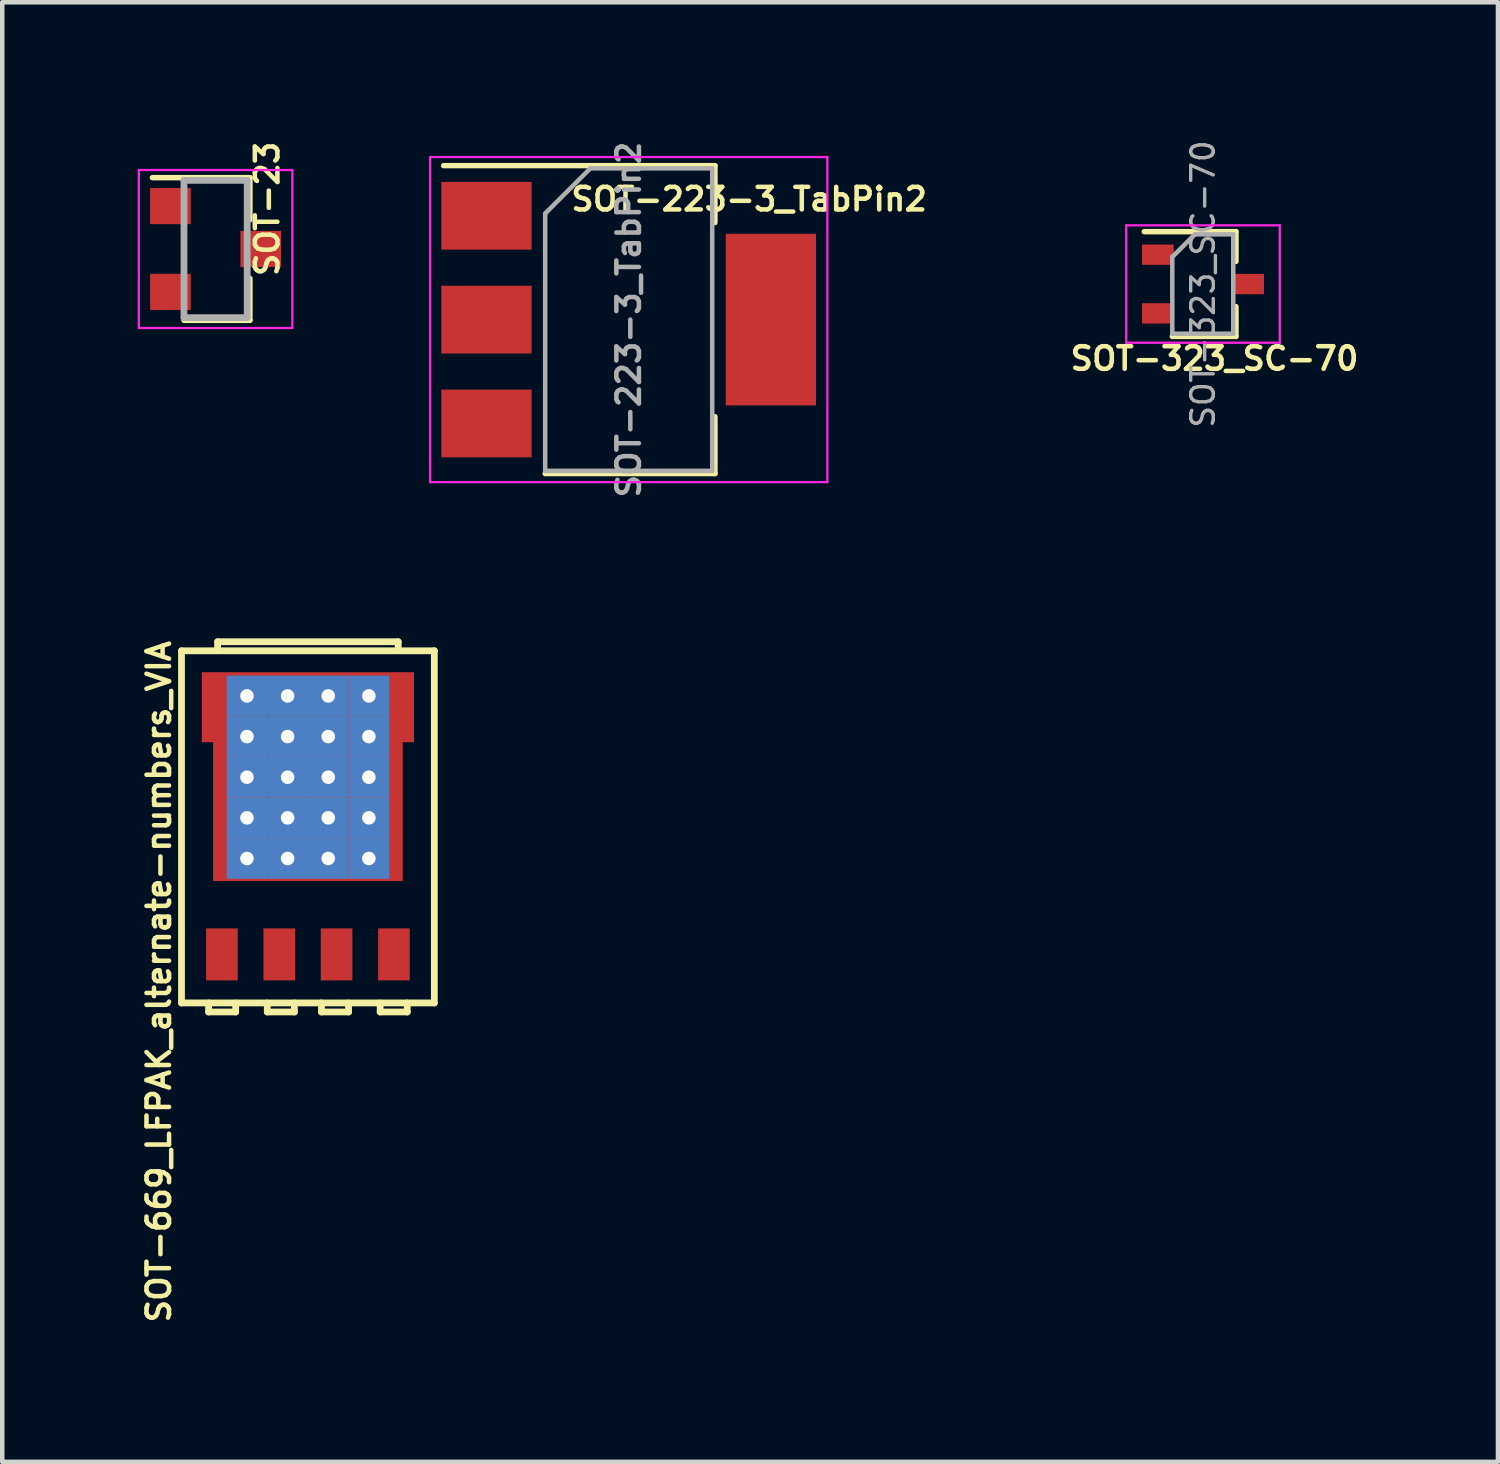
<source format=kicad_pcb>
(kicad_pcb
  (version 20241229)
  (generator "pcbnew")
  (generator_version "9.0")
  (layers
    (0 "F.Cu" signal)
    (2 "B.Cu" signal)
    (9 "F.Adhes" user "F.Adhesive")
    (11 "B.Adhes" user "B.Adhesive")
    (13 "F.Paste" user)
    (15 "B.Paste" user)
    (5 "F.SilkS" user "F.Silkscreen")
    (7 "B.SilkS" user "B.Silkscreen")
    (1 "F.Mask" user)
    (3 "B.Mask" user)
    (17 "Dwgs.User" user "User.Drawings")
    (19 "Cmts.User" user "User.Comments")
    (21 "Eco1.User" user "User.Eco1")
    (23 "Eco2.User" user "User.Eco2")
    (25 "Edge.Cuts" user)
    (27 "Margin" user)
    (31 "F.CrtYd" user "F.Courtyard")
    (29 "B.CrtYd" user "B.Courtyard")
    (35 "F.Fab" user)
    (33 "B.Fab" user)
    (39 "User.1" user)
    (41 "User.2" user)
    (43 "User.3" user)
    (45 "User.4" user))
  (footprint "SOT-669_LFPAK_alternate-numbers_VIA"
    (layer "F.Cu")
    (at 3.77 15.264)
    (property "Reference" "SOT-669_LFPAK_alternate-numbers_VIA" (at -3.302 3.429 90) (layer "F.SilkS") (effects (font (size 0.5 0.5) (thickness 0.1))))
    (attr smd)
    (fp_line (start -2.8 -3.9) (end 2.8 -3.9) (stroke (width 0.15) (type solid)) (layer "F.SilkS"))
    (fp_line (start -2.8 3.9) (end -2.8 -3.9) (stroke (width 0.15) (type solid)) (layer "F.SilkS"))
    (fp_line (start -2.2 3.9) (end -2.2 4.1) (stroke (width 0.15) (type solid)) (layer "F.SilkS"))
    (fp_line (start -2.2 4.1) (end -1.6 4.1) (stroke (width 0.15) (type solid)) (layer "F.SilkS"))
    (fp_line (start -2 -4.1) (end 2 -4.1) (stroke (width 0.15) (type solid)) (layer "F.SilkS"))
    (fp_line (start -2 -3.9) (end -2 -4.1) (stroke (width 0.15) (type solid)) (layer "F.SilkS"))
    (fp_line (start -1.6 4.1) (end -1.6 3.9) (stroke (width 0.15) (type solid)) (layer "F.SilkS"))
    (fp_line (start -0.9 3.9) (end -0.9 4.1) (stroke (width 0.15) (type solid)) (layer "F.SilkS"))
    (fp_line (start -0.9 4.1) (end -0.3 4.1) (stroke (width 0.15) (type solid)) (layer "F.SilkS"))
    (fp_line (start -0.3 4.1) (end -0.3 3.9) (stroke (width 0.15) (type solid)) (layer "F.SilkS"))
    (fp_line (start 0.3 3.9) (end 0.3 4.1) (stroke (width 0.15) (type solid)) (layer "F.SilkS"))
    (fp_line (start 0.3 4.1) (end 0.9 4.1) (stroke (width 0.15) (type solid)) (layer "F.SilkS"))
    (fp_line (start 0.9 4.1) (end 0.9 3.9) (stroke (width 0.15) (type solid)) (layer "F.SilkS"))
    (fp_line (start 1.6 3.9) (end 1.6 4.1) (stroke (width 0.15) (type solid)) (layer "F.SilkS"))
    (fp_line (start 1.6 4.1) (end 2.2 4.1) (stroke (width 0.15) (type solid)) (layer "F.SilkS"))
    (fp_line (start 2 -4.1) (end 2 -3.9) (stroke (width 0.15) (type solid)) (layer "F.SilkS"))
    (fp_line (start 2.2 4.1) (end 2.2 3.9) (stroke (width 0.15) (type solid)) (layer "F.SilkS"))
    (fp_line (start 2.8 -3.9) (end 2.8 3.9) (stroke (width 0.15) (type solid)) (layer "F.SilkS"))
    (fp_line (start 2.8 3.9) (end -2.8 3.9) (stroke (width 0.15) (type solid)) (layer "F.SilkS"))
    (pad "1" smd rect (at 1.905 2.825) (size 0.7 1.15) (layers "F.Cu" "F.Mask" "F.Paste"))
    (pad "2" smd rect (at -1.905 2.825) (size 0.7 1.15) (layers "F.Cu" "F.Mask" "F.Paste"))
    (pad "2" smd rect (at -0.635 2.825) (size 0.7 1.15) (layers "F.Cu" "F.Mask" "F.Paste"))
    (pad "2" smd rect (at 0.635 2.825) (size 0.7 1.15) (layers "F.Cu" "F.Mask" "F.Paste"))
    (pad "3" thru_hole rect (at -1.35 -2.9) (size 0.9 0.9) (drill 0.3) (layers "*.Cu" "F.Mask"))
    (pad "3" thru_hole rect (at -1.35 -2) (size 0.9 0.9) (drill 0.3) (layers "*.Cu" "F.Mask"))
    (pad "3" thru_hole rect (at -1.35 -1.1) (size 0.9 0.9) (drill 0.3) (layers "*.Cu" "F.Mask"))
    (pad "3" thru_hole rect (at -1.35 -0.2) (size 0.9 0.9) (drill 0.3) (layers "*.Cu" "F.Mask"))
    (pad "3" thru_hole rect (at -1.35 0.7) (size 0.9 0.9) (drill 0.3) (layers "*.Cu" "F.Mask"))
    (pad "3" thru_hole rect (at -0.45 -2.9) (size 0.9 0.9) (drill 0.3) (layers "*.Cu" "F.Mask"))
    (pad "3" thru_hole rect (at -0.45 -2) (size 0.9 0.9) (drill 0.3) (layers "*.Cu" "F.Mask"))
    (pad "3" thru_hole rect (at -0.45 -1.1) (size 0.9 0.9) (drill 0.3) (layers "*.Cu" "F.Mask"))
    (pad "3" thru_hole rect (at -0.45 -0.2) (size 0.9 0.9) (drill 0.3) (layers "*.Cu" "F.Mask"))
    (pad "3" thru_hole rect (at -0.45 0.7) (size 0.9 0.9) (drill 0.3) (layers "*.Cu" "F.Mask"))
    (pad "3" smd rect (at 0 -2.65) (size 4.7 1.55) (layers "F.Cu" "F.Mask" "F.Paste"))
    (pad "3" smd rect (at 0 -0.45) (size 4.2 3.3) (layers "F.Cu" "F.Mask" "F.Paste"))
    (pad "3" thru_hole rect (at 0.45 -2.9) (size 0.9 0.9) (drill 0.3) (layers "*.Cu" "F.Mask"))
    (pad "3" thru_hole rect (at 0.45 -2) (size 0.9 0.9) (drill 0.3) (layers "*.Cu" "F.Mask"))
    (pad "3" thru_hole rect (at 0.45 -1.1) (size 0.9 0.9) (drill 0.3) (layers "*.Cu" "F.Mask"))
    (pad "3" thru_hole rect (at 0.45 -0.2) (size 0.9 0.9) (drill 0.3) (layers "*.Cu" "F.Mask"))
    (pad "3" thru_hole rect (at 0.45 0.7) (size 0.9 0.9) (drill 0.3) (layers "*.Cu" "F.Mask"))
    (pad "3" thru_hole rect (at 1.35 -2.9) (size 0.9 0.9) (drill 0.3) (layers "*.Cu" "F.Mask"))
    (pad "3" thru_hole rect (at 1.35 -2) (size 0.9 0.9) (drill 0.3) (layers "*.Cu" "F.Mask"))
    (pad "3" thru_hole rect (at 1.35 -1.1) (size 0.9 0.9) (drill 0.3) (layers "*.Cu" "F.Mask"))
    (pad "3" thru_hole rect (at 1.35 -0.2) (size 0.9 0.9) (drill 0.3) (layers "*.Cu" "F.Mask"))
    (pad "3" thru_hole rect (at 1.35 0.7) (size 0.9 0.9) (drill 0.3) (layers "*.Cu" "F.Mask")))
  (footprint "SOT-323_SC-70"
    (layer "F.Cu")
    (at 23.595 3.241)
    (property "Reference" "SOT-323_SC-70" (at 0.254 1.651 0) (layer "F.SilkS") (effects (font (size 0.5 0.5) (thickness 0.1))))
    (attr smd)
    (fp_line (start -0.68 1.16) (end 0.73 1.16) (stroke (width 0.12) (type solid)) (layer "F.SilkS"))
    (fp_line (start 0.73 -1.16) (end -1.3 -1.16) (stroke (width 0.12) (type solid)) (layer "F.SilkS"))
    (fp_line (start 0.73 -1.16) (end 0.73 -0.5) (stroke (width 0.12) (type solid)) (layer "F.SilkS"))
    (fp_line (start 0.73 0.5) (end 0.73 1.16) (stroke (width 0.12) (type solid)) (layer "F.SilkS"))
    (fp_line (start -1.7 -1.3) (end 1.7 -1.3) (stroke (width 0.05) (type solid)) (layer "F.CrtYd"))
    (fp_line (start -1.7 1.3) (end -1.7 -1.3) (stroke (width 0.05) (type solid)) (layer "F.CrtYd"))
    (fp_line (start 1.7 -1.3) (end 1.7 1.3) (stroke (width 0.05) (type solid)) (layer "F.CrtYd"))
    (fp_line (start 1.7 1.3) (end -1.7 1.3) (stroke (width 0.05) (type solid)) (layer "F.CrtYd"))
    (fp_line (start -0.68 -0.6) (end -0.68 1.1) (stroke (width 0.1) (type solid)) (layer "F.Fab"))
    (fp_line (start -0.18 -1.1) (end -0.68 -0.6) (stroke (width 0.1) (type solid)) (layer "F.Fab"))
    (fp_line (start 0.67 -1.1) (end -0.18 -1.1) (stroke (width 0.1) (type solid)) (layer "F.Fab"))
    (fp_line (start 0.67 -1.1) (end 0.67 1.1) (stroke (width 0.1) (type solid)) (layer "F.Fab"))
    (fp_line (start 0.67 1.1) (end -0.68 1.1) (stroke (width 0.1) (type solid)) (layer "F.Fab"))
    (fp_text user "${REFERENCE}" (at 0 0 90) (layer "F.Fab") (effects (font (size 0.5 0.5) (thickness 0.075))))
    (pad "1" smd rect (at -1 -0.65 270) (size 0.45 0.7) (layers "F.Cu" "F.Mask" "F.Paste"))
    (pad "2" smd rect (at -1 0.65 270) (size 0.45 0.7) (layers "F.Cu" "F.Mask" "F.Paste"))
    (pad "3" smd rect (at 1 0 270) (size 0.45 0.7) (layers "F.Cu" "F.Mask" "F.Paste")))
  (footprint "SOT-23"
    (layer "F.Cu")
    (at 1.725 2.465)
    (property "Reference" "SOT-23" (at 1.143 -0.889 90) (layer "F.SilkS") (effects (font (size 0.5 0.5) (thickness 0.1))))
    (attr smd)
    (fp_line (start 0.76 -1.58) (end -1.4 -1.58) (stroke (width 0.12) (type solid)) (layer "F.SilkS"))
    (fp_line (start 0.76 -1.58) (end 0.76 -0.65) (stroke (width 0.12) (type solid)) (layer "F.SilkS"))
    (fp_line (start 0.76 1.58) (end -0.7 1.58) (stroke (width 0.12) (type solid)) (layer "F.SilkS"))
    (fp_line (start 0.76 1.58) (end 0.76 0.65) (stroke (width 0.12) (type solid)) (layer "F.SilkS"))
    (fp_line (start -1.7 -1.75) (end 1.7 -1.75) (stroke (width 0.05) (type solid)) (layer "F.CrtYd"))
    (fp_line (start -1.7 1.75) (end -1.7 -1.75) (stroke (width 0.05) (type solid)) (layer "F.CrtYd"))
    (fp_line (start 1.7 -1.75) (end 1.7 1.75) (stroke (width 0.05) (type solid)) (layer "F.CrtYd"))
    (fp_line (start 1.7 1.75) (end -1.7 1.75) (stroke (width 0.05) (type solid)) (layer "F.CrtYd"))
    (fp_line (start -0.7 -1.52) (end -0.7 1.52) (stroke (width 0.15) (type solid)) (layer "F.Fab"))
    (fp_line (start -0.7 -1.52) (end 0.7 -1.52) (stroke (width 0.15) (type solid)) (layer "F.Fab"))
    (fp_line (start -0.7 1.52) (end 0.7 1.52) (stroke (width 0.15) (type solid)) (layer "F.Fab"))
    (fp_line (start 0.7 -1.52) (end 0.7 1.52) (stroke (width 0.15) (type solid)) (layer "F.Fab"))
    (pad "1" smd rect (at -1 -0.95) (size 0.9 0.8) (layers "F.Cu" "F.Mask" "F.Paste"))
    (pad "2" smd rect (at -1 0.95) (size 0.9 0.8) (layers "F.Cu" "F.Mask" "F.Paste"))
    (pad "3" smd rect (at 1 0) (size 0.9 0.8) (layers "F.Cu" "F.Mask" "F.Paste")))
  (footprint "SOT-223-3_TabPin2"
    (layer "F.Cu")
    (at 10.875 4.029)
    (property "Reference" "SOT-223-3_TabPin2" (at 2.667 -2.667 0) (layer "F.SilkS") (effects (font (size 0.5 0.5) (thickness 0.1))))
    (attr smd)
    (fp_line (start -4.1 -3.41) (end 1.91 -3.41) (stroke (width 0.12) (type solid)) (layer "F.SilkS"))
    (fp_line (start -1.85 3.41) (end 1.91 3.41) (stroke (width 0.12) (type solid)) (layer "F.SilkS"))
    (fp_line (start 1.91 -3.41) (end 1.91 -2.15) (stroke (width 0.12) (type solid)) (layer "F.SilkS"))
    (fp_line (start 1.91 3.41) (end 1.91 2.15) (stroke (width 0.12) (type solid)) (layer "F.SilkS"))
    (fp_line (start -4.4 -3.6) (end -4.4 3.6) (stroke (width 0.05) (type solid)) (layer "F.CrtYd"))
    (fp_line (start -4.4 3.6) (end 4.4 3.6) (stroke (width 0.05) (type solid)) (layer "F.CrtYd"))
    (fp_line (start 4.4 -3.6) (end -4.4 -3.6) (stroke (width 0.05) (type solid)) (layer "F.CrtYd"))
    (fp_line (start 4.4 3.6) (end 4.4 -3.6) (stroke (width 0.05) (type solid)) (layer "F.CrtYd"))
    (fp_line (start -1.85 -2.35) (end -1.85 3.35) (stroke (width 0.1) (type solid)) (layer "F.Fab"))
    (fp_line (start -1.85 -2.35) (end -0.85 -3.35) (stroke (width 0.1) (type solid)) (layer "F.Fab"))
    (fp_line (start -1.85 3.35) (end 1.85 3.35) (stroke (width 0.1) (type solid)) (layer "F.Fab"))
    (fp_line (start -0.85 -3.35) (end 1.85 -3.35) (stroke (width 0.1) (type solid)) (layer "F.Fab"))
    (fp_line (start 1.85 -3.35) (end 1.85 3.35) (stroke (width 0.1) (type solid)) (layer "F.Fab"))
    (fp_text user "${REFERENCE}" (at 0 0 90) (layer "F.Fab") (effects (font (size 0.5 0.5) (thickness 0.1))))
    (pad "1" smd rect (at -3.15 -2.3) (size 2 1.5) (layers "F.Cu" "F.Mask" "F.Paste"))
    (pad "2" smd rect (at -3.15 0) (size 2 1.5) (layers "F.Cu" "F.Mask" "F.Paste"))
    (pad "2" smd rect (at 3.15 0) (size 2 3.8) (layers "F.Cu" "F.Mask" "F.Paste"))
    (pad "3" smd rect (at -3.15 2.3) (size 2 1.5) (layers "F.Cu" "F.Mask" "F.Paste")))
  (gr_rect
    (start -3 -3)
    (end 30.128 29.329)
    (stroke (width 0.1) (type default))
    (fill no)
    (layer "Edge.Cuts")))
</source>
